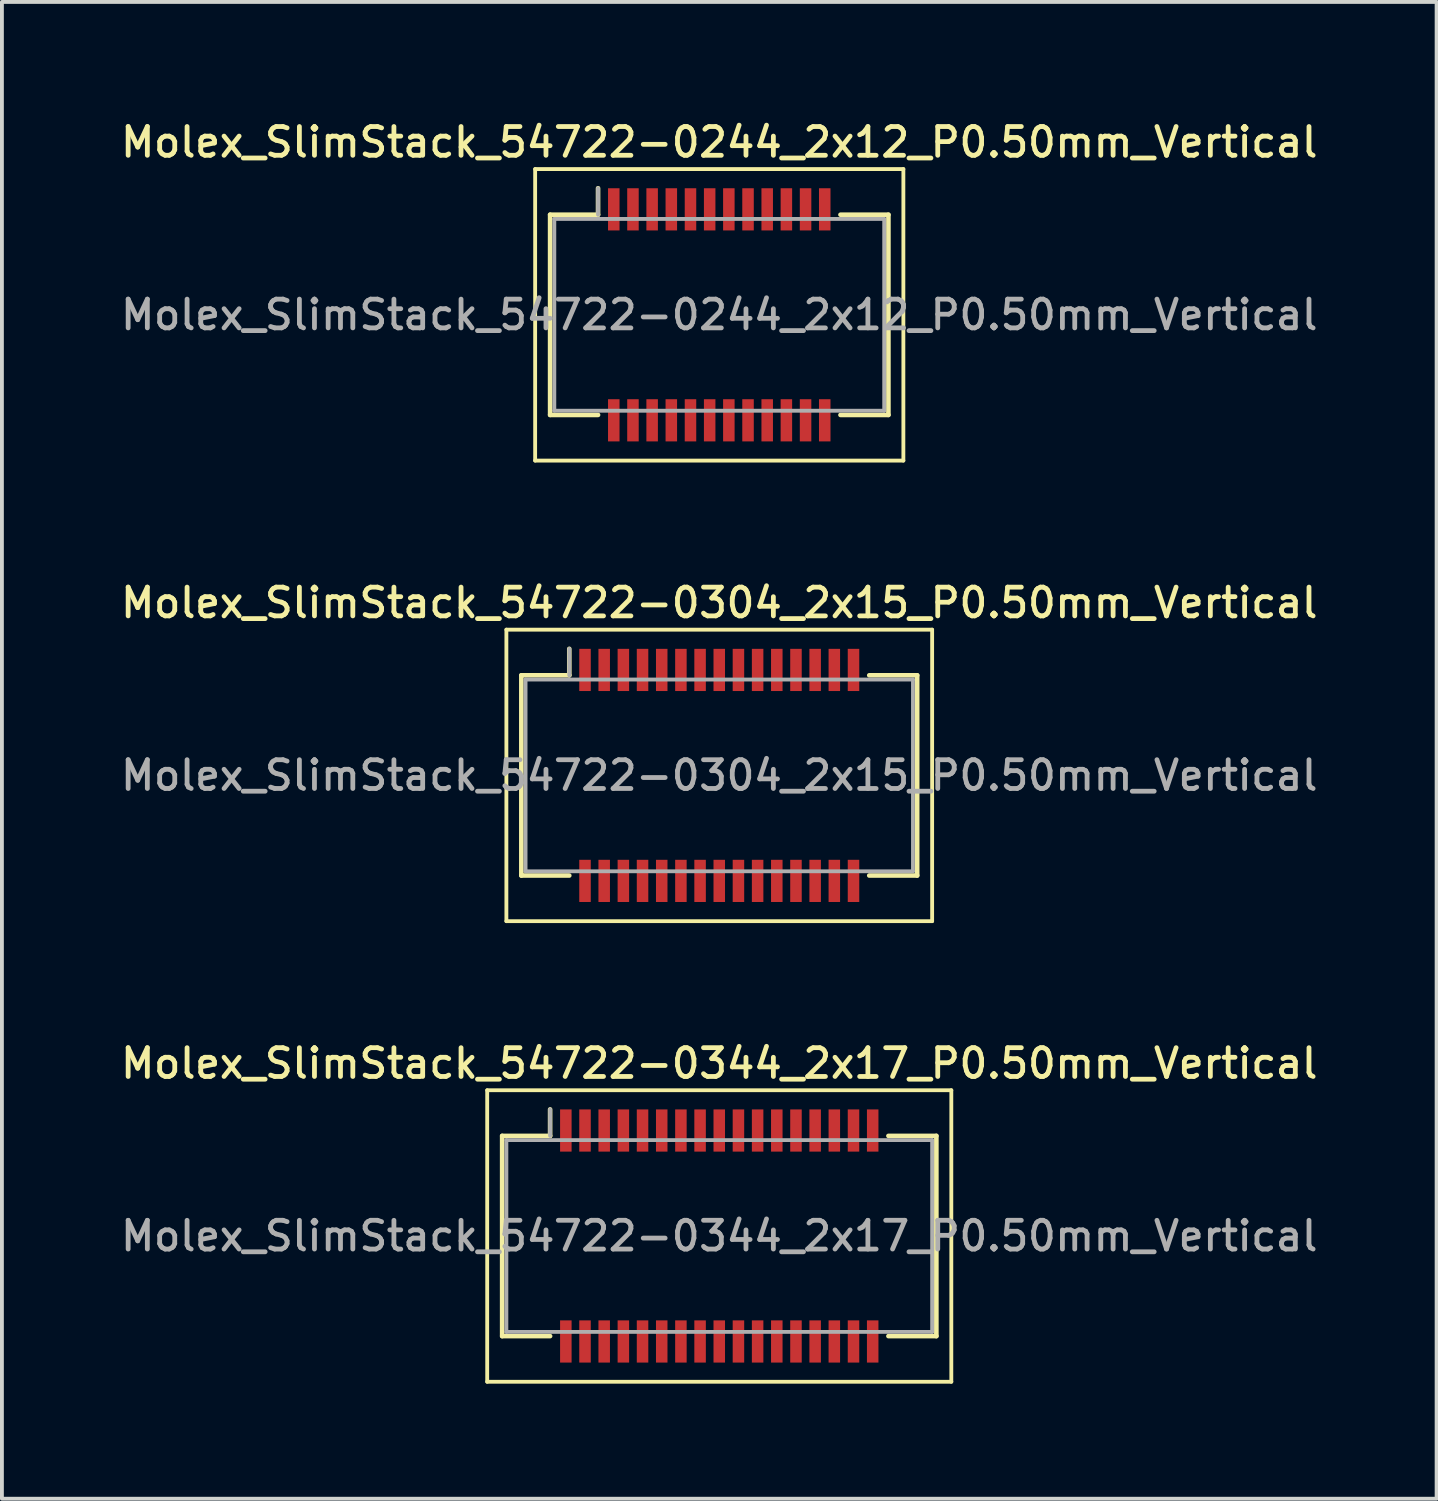
<source format=kicad_pcb>
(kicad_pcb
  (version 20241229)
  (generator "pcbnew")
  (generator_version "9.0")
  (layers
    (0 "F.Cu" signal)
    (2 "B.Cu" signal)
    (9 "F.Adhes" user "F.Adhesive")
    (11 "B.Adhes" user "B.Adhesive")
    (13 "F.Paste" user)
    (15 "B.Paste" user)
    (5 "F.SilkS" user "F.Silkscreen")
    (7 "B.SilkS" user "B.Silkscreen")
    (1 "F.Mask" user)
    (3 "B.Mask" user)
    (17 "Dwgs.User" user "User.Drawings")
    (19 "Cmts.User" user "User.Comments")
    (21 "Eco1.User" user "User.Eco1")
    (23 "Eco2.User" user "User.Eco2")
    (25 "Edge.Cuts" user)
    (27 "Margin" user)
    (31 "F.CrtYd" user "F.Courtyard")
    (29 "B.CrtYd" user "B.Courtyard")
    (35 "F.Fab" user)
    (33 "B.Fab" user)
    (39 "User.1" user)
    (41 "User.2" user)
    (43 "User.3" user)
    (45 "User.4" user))
  (footprint "Molex_SlimStack_54722-0344_2x17_P0.50mm_Vertical"
    (layer "F.Cu")
    (at 15.702 29.174)
    (property "Reference" "Molex_SlimStack_54722-0344_2x17_P0.50mm_Vertical" (at 0 -4.5 0) (layer "F.SilkS") (effects (font (size 0.75 0.75) (thickness 0.125))))
    (attr smd)
    (fp_line (start -6.05 -3.8) (end -6.05 3.8) (stroke (width 0.1) (type solid)) (layer "F.SilkS"))
    (fp_line (start -6.05 3.8) (end 6.05 3.8) (stroke (width 0.1) (type solid)) (layer "F.SilkS"))
    (fp_line (start -5.66 -2.61) (end -4.41 -2.61) (stroke (width 0.12) (type solid)) (layer "F.SilkS"))
    (fp_line (start -5.66 2.61) (end -5.66 -2.61) (stroke (width 0.12) (type solid)) (layer "F.SilkS"))
    (fp_line (start -4.41 -2.61) (end -4.41 -3.3) (stroke (width 0.12) (type solid)) (layer "F.SilkS"))
    (fp_line (start -4.41 2.61) (end -5.66 2.61) (stroke (width 0.12) (type solid)) (layer "F.SilkS"))
    (fp_line (start 4.41 2.61) (end 5.66 2.61) (stroke (width 0.12) (type solid)) (layer "F.SilkS"))
    (fp_line (start 5.66 -2.61) (end 4.41 -2.61) (stroke (width 0.12) (type solid)) (layer "F.SilkS"))
    (fp_line (start 5.66 2.61) (end 5.66 -2.61) (stroke (width 0.12) (type solid)) (layer "F.SilkS"))
    (fp_line (start 6.05 -3.8) (end -6.05 -3.8) (stroke (width 0.1) (type solid)) (layer "F.SilkS"))
    (fp_line (start 6.05 3.8) (end 6.05 -3.8) (stroke (width 0.1) (type solid)) (layer "F.SilkS"))
    (fp_line (start -5.55 -2.5) (end -5.55 2.5) (stroke (width 0.1) (type solid)) (layer "F.Fab"))
    (fp_line (start -5.55 2.5) (end 5.55 2.5) (stroke (width 0.1) (type solid)) (layer "F.Fab"))
    (fp_line (start -4.41 -2.61) (end -4.41 -3.3) (stroke (width 0.1) (type solid)) (layer "F.Fab"))
    (fp_line (start 5.55 -2.5) (end -5.55 -2.5) (stroke (width 0.1) (type solid)) (layer "F.Fab"))
    (fp_line (start 5.55 2.5) (end 5.55 -2.5) (stroke (width 0.1) (type solid)) (layer "F.Fab"))
    (fp_text user "${REFERENCE}" (at 0 0 0) (layer "F.Fab") (effects (font (size 0.75 0.75) (thickness 0.125))))
    (pad "1" smd rect (at -4 -2.75) (size 0.3 1.1) (layers "F.Cu" "F.Mask" "F.Paste"))
    (pad "2" smd rect (at -4 2.75) (size 0.3 1.1) (layers "F.Cu" "F.Mask" "F.Paste"))
    (pad "3" smd rect (at -3.5 -2.75) (size 0.3 1.1) (layers "F.Cu" "F.Mask" "F.Paste"))
    (pad "4" smd rect (at -3.5 2.75) (size 0.3 1.1) (layers "F.Cu" "F.Mask" "F.Paste"))
    (pad "5" smd rect (at -3 -2.75) (size 0.3 1.1) (layers "F.Cu" "F.Mask" "F.Paste"))
    (pad "6" smd rect (at -3 2.75) (size 0.3 1.1) (layers "F.Cu" "F.Mask" "F.Paste"))
    (pad "7" smd rect (at -2.5 -2.75) (size 0.3 1.1) (layers "F.Cu" "F.Mask" "F.Paste"))
    (pad "8" smd rect (at -2.5 2.75) (size 0.3 1.1) (layers "F.Cu" "F.Mask" "F.Paste"))
    (pad "9" smd rect (at -2 -2.75) (size 0.3 1.1) (layers "F.Cu" "F.Mask" "F.Paste"))
    (pad "10" smd rect (at -2 2.75) (size 0.3 1.1) (layers "F.Cu" "F.Mask" "F.Paste"))
    (pad "11" smd rect (at -1.5 -2.75) (size 0.3 1.1) (layers "F.Cu" "F.Mask" "F.Paste"))
    (pad "12" smd rect (at -1.5 2.75) (size 0.3 1.1) (layers "F.Cu" "F.Mask" "F.Paste"))
    (pad "13" smd rect (at -1 -2.75) (size 0.3 1.1) (layers "F.Cu" "F.Mask" "F.Paste"))
    (pad "14" smd rect (at -1 2.75) (size 0.3 1.1) (layers "F.Cu" "F.Mask" "F.Paste"))
    (pad "15" smd rect (at -0.5 -2.75) (size 0.3 1.1) (layers "F.Cu" "F.Mask" "F.Paste"))
    (pad "16" smd rect (at -0.5 2.75) (size 0.3 1.1) (layers "F.Cu" "F.Mask" "F.Paste"))
    (pad "17" smd rect (at 0 -2.75) (size 0.3 1.1) (layers "F.Cu" "F.Mask" "F.Paste"))
    (pad "18" smd rect (at 0 2.75) (size 0.3 1.1) (layers "F.Cu" "F.Mask" "F.Paste"))
    (pad "19" smd rect (at 0.5 -2.75) (size 0.3 1.1) (layers "F.Cu" "F.Mask" "F.Paste"))
    (pad "20" smd rect (at 0.5 2.75) (size 0.3 1.1) (layers "F.Cu" "F.Mask" "F.Paste"))
    (pad "21" smd rect (at 1 -2.75) (size 0.3 1.1) (layers "F.Cu" "F.Mask" "F.Paste"))
    (pad "22" smd rect (at 1 2.75) (size 0.3 1.1) (layers "F.Cu" "F.Mask" "F.Paste"))
    (pad "23" smd rect (at 1.5 -2.75) (size 0.3 1.1) (layers "F.Cu" "F.Mask" "F.Paste"))
    (pad "24" smd rect (at 1.5 2.75) (size 0.3 1.1) (layers "F.Cu" "F.Mask" "F.Paste"))
    (pad "25" smd rect (at 2 -2.75) (size 0.3 1.1) (layers "F.Cu" "F.Mask" "F.Paste"))
    (pad "26" smd rect (at 2 2.75) (size 0.3 1.1) (layers "F.Cu" "F.Mask" "F.Paste"))
    (pad "27" smd rect (at 2.5 -2.75) (size 0.3 1.1) (layers "F.Cu" "F.Mask" "F.Paste"))
    (pad "28" smd rect (at 2.5 2.75) (size 0.3 1.1) (layers "F.Cu" "F.Mask" "F.Paste"))
    (pad "29" smd rect (at 3 -2.75) (size 0.3 1.1) (layers "F.Cu" "F.Mask" "F.Paste"))
    (pad "30" smd rect (at 3 2.75) (size 0.3 1.1) (layers "F.Cu" "F.Mask" "F.Paste"))
    (pad "31" smd rect (at 3.5 -2.75) (size 0.3 1.1) (layers "F.Cu" "F.Mask" "F.Paste"))
    (pad "32" smd rect (at 3.5 2.75) (size 0.3 1.1) (layers "F.Cu" "F.Mask" "F.Paste"))
    (pad "33" smd rect (at 4 -2.75) (size 0.3 1.1) (layers "F.Cu" "F.Mask" "F.Paste"))
    (pad "34" smd rect (at 4 2.75) (size 0.3 1.1) (layers "F.Cu" "F.Mask" "F.Paste")))
  (footprint "Molex_SlimStack_54722-0304_2x15_P0.50mm_Vertical"
    (layer "F.Cu")
    (at 15.702 17.166)
    (property "Reference" "Molex_SlimStack_54722-0304_2x15_P0.50mm_Vertical" (at 0 -4.5 0) (layer "F.SilkS") (effects (font (size 0.75 0.75) (thickness 0.125))))
    (attr smd)
    (fp_line (start -5.55 -3.8) (end -5.55 3.8) (stroke (width 0.1) (type solid)) (layer "F.SilkS"))
    (fp_line (start -5.55 3.8) (end 5.55 3.8) (stroke (width 0.1) (type solid)) (layer "F.SilkS"))
    (fp_line (start -5.16 -2.61) (end -3.91 -2.61) (stroke (width 0.12) (type solid)) (layer "F.SilkS"))
    (fp_line (start -5.16 2.61) (end -5.16 -2.61) (stroke (width 0.12) (type solid)) (layer "F.SilkS"))
    (fp_line (start -3.91 -2.61) (end -3.91 -3.3) (stroke (width 0.12) (type solid)) (layer "F.SilkS"))
    (fp_line (start -3.91 2.61) (end -5.16 2.61) (stroke (width 0.12) (type solid)) (layer "F.SilkS"))
    (fp_line (start 3.91 2.61) (end 5.16 2.61) (stroke (width 0.12) (type solid)) (layer "F.SilkS"))
    (fp_line (start 5.16 -2.61) (end 3.91 -2.61) (stroke (width 0.12) (type solid)) (layer "F.SilkS"))
    (fp_line (start 5.16 2.61) (end 5.16 -2.61) (stroke (width 0.12) (type solid)) (layer "F.SilkS"))
    (fp_line (start 5.55 -3.8) (end -5.55 -3.8) (stroke (width 0.1) (type solid)) (layer "F.SilkS"))
    (fp_line (start 5.55 3.8) (end 5.55 -3.8) (stroke (width 0.1) (type solid)) (layer "F.SilkS"))
    (fp_line (start -5.05 -2.5) (end -5.05 2.5) (stroke (width 0.1) (type solid)) (layer "F.Fab"))
    (fp_line (start -5.05 2.5) (end 5.05 2.5) (stroke (width 0.1) (type solid)) (layer "F.Fab"))
    (fp_line (start -3.91 -2.61) (end -3.91 -3.3) (stroke (width 0.1) (type solid)) (layer "F.Fab"))
    (fp_line (start 5.05 -2.5) (end -5.05 -2.5) (stroke (width 0.1) (type solid)) (layer "F.Fab"))
    (fp_line (start 5.05 2.5) (end 5.05 -2.5) (stroke (width 0.1) (type solid)) (layer "F.Fab"))
    (fp_text user "${REFERENCE}" (at 0 0 0) (layer "F.Fab") (effects (font (size 0.75 0.75) (thickness 0.125))))
    (pad "1" smd rect (at -3.5 -2.75) (size 0.3 1.1) (layers "F.Cu" "F.Mask" "F.Paste"))
    (pad "2" smd rect (at -3.5 2.75) (size 0.3 1.1) (layers "F.Cu" "F.Mask" "F.Paste"))
    (pad "3" smd rect (at -3 -2.75) (size 0.3 1.1) (layers "F.Cu" "F.Mask" "F.Paste"))
    (pad "4" smd rect (at -3 2.75) (size 0.3 1.1) (layers "F.Cu" "F.Mask" "F.Paste"))
    (pad "5" smd rect (at -2.5 -2.75) (size 0.3 1.1) (layers "F.Cu" "F.Mask" "F.Paste"))
    (pad "6" smd rect (at -2.5 2.75) (size 0.3 1.1) (layers "F.Cu" "F.Mask" "F.Paste"))
    (pad "7" smd rect (at -2 -2.75) (size 0.3 1.1) (layers "F.Cu" "F.Mask" "F.Paste"))
    (pad "8" smd rect (at -2 2.75) (size 0.3 1.1) (layers "F.Cu" "F.Mask" "F.Paste"))
    (pad "9" smd rect (at -1.5 -2.75) (size 0.3 1.1) (layers "F.Cu" "F.Mask" "F.Paste"))
    (pad "10" smd rect (at -1.5 2.75) (size 0.3 1.1) (layers "F.Cu" "F.Mask" "F.Paste"))
    (pad "11" smd rect (at -1 -2.75) (size 0.3 1.1) (layers "F.Cu" "F.Mask" "F.Paste"))
    (pad "12" smd rect (at -1 2.75) (size 0.3 1.1) (layers "F.Cu" "F.Mask" "F.Paste"))
    (pad "13" smd rect (at -0.5 -2.75) (size 0.3 1.1) (layers "F.Cu" "F.Mask" "F.Paste"))
    (pad "14" smd rect (at -0.5 2.75) (size 0.3 1.1) (layers "F.Cu" "F.Mask" "F.Paste"))
    (pad "15" smd rect (at 0 -2.75) (size 0.3 1.1) (layers "F.Cu" "F.Mask" "F.Paste"))
    (pad "16" smd rect (at 0 2.75) (size 0.3 1.1) (layers "F.Cu" "F.Mask" "F.Paste"))
    (pad "17" smd rect (at 0.5 -2.75) (size 0.3 1.1) (layers "F.Cu" "F.Mask" "F.Paste"))
    (pad "18" smd rect (at 0.5 2.75) (size 0.3 1.1) (layers "F.Cu" "F.Mask" "F.Paste"))
    (pad "19" smd rect (at 1 -2.75) (size 0.3 1.1) (layers "F.Cu" "F.Mask" "F.Paste"))
    (pad "20" smd rect (at 1 2.75) (size 0.3 1.1) (layers "F.Cu" "F.Mask" "F.Paste"))
    (pad "21" smd rect (at 1.5 -2.75) (size 0.3 1.1) (layers "F.Cu" "F.Mask" "F.Paste"))
    (pad "22" smd rect (at 1.5 2.75) (size 0.3 1.1) (layers "F.Cu" "F.Mask" "F.Paste"))
    (pad "23" smd rect (at 2 -2.75) (size 0.3 1.1) (layers "F.Cu" "F.Mask" "F.Paste"))
    (pad "24" smd rect (at 2 2.75) (size 0.3 1.1) (layers "F.Cu" "F.Mask" "F.Paste"))
    (pad "25" smd rect (at 2.5 -2.75) (size 0.3 1.1) (layers "F.Cu" "F.Mask" "F.Paste"))
    (pad "26" smd rect (at 2.5 2.75) (size 0.3 1.1) (layers "F.Cu" "F.Mask" "F.Paste"))
    (pad "27" smd rect (at 3 -2.75) (size 0.3 1.1) (layers "F.Cu" "F.Mask" "F.Paste"))
    (pad "28" smd rect (at 3 2.75) (size 0.3 1.1) (layers "F.Cu" "F.Mask" "F.Paste"))
    (pad "29" smd rect (at 3.5 -2.75) (size 0.3 1.1) (layers "F.Cu" "F.Mask" "F.Paste"))
    (pad "30" smd rect (at 3.5 2.75) (size 0.3 1.1) (layers "F.Cu" "F.Mask" "F.Paste")))
  (footprint "Molex_SlimStack_54722-0244_2x12_P0.50mm_Vertical"
    (layer "F.Cu")
    (at 15.702 5.158)
    (property "Reference" "Molex_SlimStack_54722-0244_2x12_P0.50mm_Vertical" (at 0 -4.5 0) (layer "F.SilkS") (effects (font (size 0.75 0.75) (thickness 0.125))))
    (attr smd)
    (fp_line (start -4.8 -3.8) (end -4.8 3.8) (stroke (width 0.1) (type solid)) (layer "F.SilkS"))
    (fp_line (start -4.8 3.8) (end 4.8 3.8) (stroke (width 0.1) (type solid)) (layer "F.SilkS"))
    (fp_line (start -4.41 -2.61) (end -3.16 -2.61) (stroke (width 0.12) (type solid)) (layer "F.SilkS"))
    (fp_line (start -4.41 2.61) (end -4.41 -2.61) (stroke (width 0.12) (type solid)) (layer "F.SilkS"))
    (fp_line (start -3.16 -2.61) (end -3.16 -3.3) (stroke (width 0.12) (type solid)) (layer "F.SilkS"))
    (fp_line (start -3.16 2.61) (end -4.41 2.61) (stroke (width 0.12) (type solid)) (layer "F.SilkS"))
    (fp_line (start 3.16 2.61) (end 4.41 2.61) (stroke (width 0.12) (type solid)) (layer "F.SilkS"))
    (fp_line (start 4.41 -2.61) (end 3.16 -2.61) (stroke (width 0.12) (type solid)) (layer "F.SilkS"))
    (fp_line (start 4.41 2.61) (end 4.41 -2.61) (stroke (width 0.12) (type solid)) (layer "F.SilkS"))
    (fp_line (start 4.8 -3.8) (end -4.8 -3.8) (stroke (width 0.1) (type solid)) (layer "F.SilkS"))
    (fp_line (start 4.8 3.8) (end 4.8 -3.8) (stroke (width 0.1) (type solid)) (layer "F.SilkS"))
    (fp_line (start -4.3 -2.5) (end -4.3 2.5) (stroke (width 0.1) (type solid)) (layer "F.Fab"))
    (fp_line (start -4.3 2.5) (end 4.3 2.5) (stroke (width 0.1) (type solid)) (layer "F.Fab"))
    (fp_line (start -3.16 -2.61) (end -3.16 -3.3) (stroke (width 0.1) (type solid)) (layer "F.Fab"))
    (fp_line (start 4.3 -2.5) (end -4.3 -2.5) (stroke (width 0.1) (type solid)) (layer "F.Fab"))
    (fp_line (start 4.3 2.5) (end 4.3 -2.5) (stroke (width 0.1) (type solid)) (layer "F.Fab"))
    (fp_text user "${REFERENCE}" (at 0 0 0) (layer "F.Fab") (effects (font (size 0.75 0.75) (thickness 0.125))))
    (pad "1" smd rect (at -2.75 -2.75) (size 0.3 1.1) (layers "F.Cu" "F.Mask" "F.Paste"))
    (pad "2" smd rect (at -2.75 2.75) (size 0.3 1.1) (layers "F.Cu" "F.Mask" "F.Paste"))
    (pad "3" smd rect (at -2.25 -2.75) (size 0.3 1.1) (layers "F.Cu" "F.Mask" "F.Paste"))
    (pad "4" smd rect (at -2.25 2.75) (size 0.3 1.1) (layers "F.Cu" "F.Mask" "F.Paste"))
    (pad "5" smd rect (at -1.75 -2.75) (size 0.3 1.1) (layers "F.Cu" "F.Mask" "F.Paste"))
    (pad "6" smd rect (at -1.75 2.75) (size 0.3 1.1) (layers "F.Cu" "F.Mask" "F.Paste"))
    (pad "7" smd rect (at -1.25 -2.75) (size 0.3 1.1) (layers "F.Cu" "F.Mask" "F.Paste"))
    (pad "8" smd rect (at -1.25 2.75) (size 0.3 1.1) (layers "F.Cu" "F.Mask" "F.Paste"))
    (pad "9" smd rect (at -0.75 -2.75) (size 0.3 1.1) (layers "F.Cu" "F.Mask" "F.Paste"))
    (pad "10" smd rect (at -0.75 2.75) (size 0.3 1.1) (layers "F.Cu" "F.Mask" "F.Paste"))
    (pad "11" smd rect (at -0.25 -2.75) (size 0.3 1.1) (layers "F.Cu" "F.Mask" "F.Paste"))
    (pad "12" smd rect (at -0.25 2.75) (size 0.3 1.1) (layers "F.Cu" "F.Mask" "F.Paste"))
    (pad "13" smd rect (at 0.25 -2.75) (size 0.3 1.1) (layers "F.Cu" "F.Mask" "F.Paste"))
    (pad "14" smd rect (at 0.25 2.75) (size 0.3 1.1) (layers "F.Cu" "F.Mask" "F.Paste"))
    (pad "15" smd rect (at 0.75 -2.75) (size 0.3 1.1) (layers "F.Cu" "F.Mask" "F.Paste"))
    (pad "16" smd rect (at 0.75 2.75) (size 0.3 1.1) (layers "F.Cu" "F.Mask" "F.Paste"))
    (pad "17" smd rect (at 1.25 -2.75) (size 0.3 1.1) (layers "F.Cu" "F.Mask" "F.Paste"))
    (pad "18" smd rect (at 1.25 2.75) (size 0.3 1.1) (layers "F.Cu" "F.Mask" "F.Paste"))
    (pad "19" smd rect (at 1.75 -2.75) (size 0.3 1.1) (layers "F.Cu" "F.Mask" "F.Paste"))
    (pad "20" smd rect (at 1.75 2.75) (size 0.3 1.1) (layers "F.Cu" "F.Mask" "F.Paste"))
    (pad "21" smd rect (at 2.25 -2.75) (size 0.3 1.1) (layers "F.Cu" "F.Mask" "F.Paste"))
    (pad "22" smd rect (at 2.25 2.75) (size 0.3 1.1) (layers "F.Cu" "F.Mask" "F.Paste"))
    (pad "23" smd rect (at 2.75 -2.75) (size 0.3 1.1) (layers "F.Cu" "F.Mask" "F.Paste"))
    (pad "24" smd rect (at 2.75 2.75) (size 0.3 1.1) (layers "F.Cu" "F.Mask" "F.Paste")))
  (gr_rect
    (start -3 -3)
    (end 34.404 36.024)
    (stroke (width 0.1) (type default))
    (fill no)
    (layer "Edge.Cuts")))
</source>
